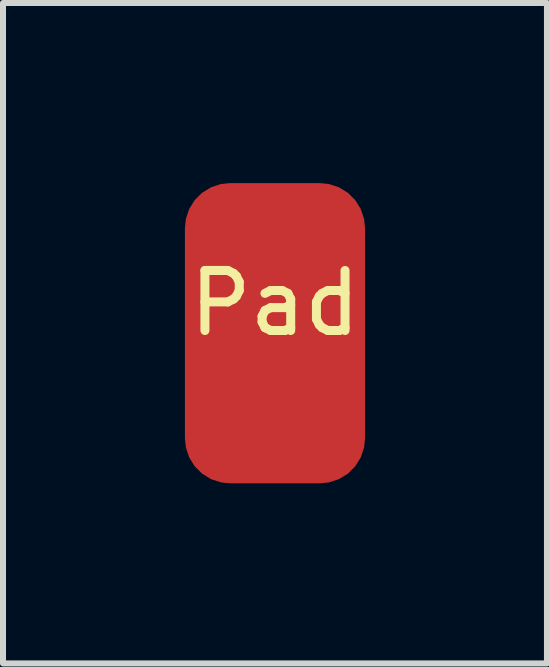
<source format=kicad_pcb>
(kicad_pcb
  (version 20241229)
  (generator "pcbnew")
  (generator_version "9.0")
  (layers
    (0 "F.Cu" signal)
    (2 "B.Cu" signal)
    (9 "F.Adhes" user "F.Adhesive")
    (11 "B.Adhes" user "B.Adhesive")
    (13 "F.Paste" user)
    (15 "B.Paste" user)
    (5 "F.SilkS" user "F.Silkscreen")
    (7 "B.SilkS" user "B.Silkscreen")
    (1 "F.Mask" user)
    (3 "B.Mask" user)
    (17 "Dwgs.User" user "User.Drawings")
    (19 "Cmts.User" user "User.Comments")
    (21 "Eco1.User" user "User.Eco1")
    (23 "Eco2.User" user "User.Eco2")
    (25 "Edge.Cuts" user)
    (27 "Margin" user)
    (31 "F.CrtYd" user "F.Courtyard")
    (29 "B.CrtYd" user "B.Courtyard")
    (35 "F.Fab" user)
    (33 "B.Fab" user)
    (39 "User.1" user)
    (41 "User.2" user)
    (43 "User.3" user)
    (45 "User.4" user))
  (footprint "Pad"
    (layer "F.Cu")
    (at 1.53 2.5)
    (property "Reference" "Pad" (at 0 -0.5 0) (unlocked yes) (layer "F.SilkS") (effects (font (size 1 1) (thickness 0.15))))
    (attr smd)
    (pad "1" smd roundrect (at 0 0) (size 3 5) (property pad_prop_testpoint) (layers "F.Cu" "F.Mask") (roundrect_rratio 0.25)))
  (gr_rect
    (start -3 -3)
    (end 6.06 8)
    (stroke (width 0.1) (type default))
    (fill no)
    (layer "Edge.Cuts")))
</source>
